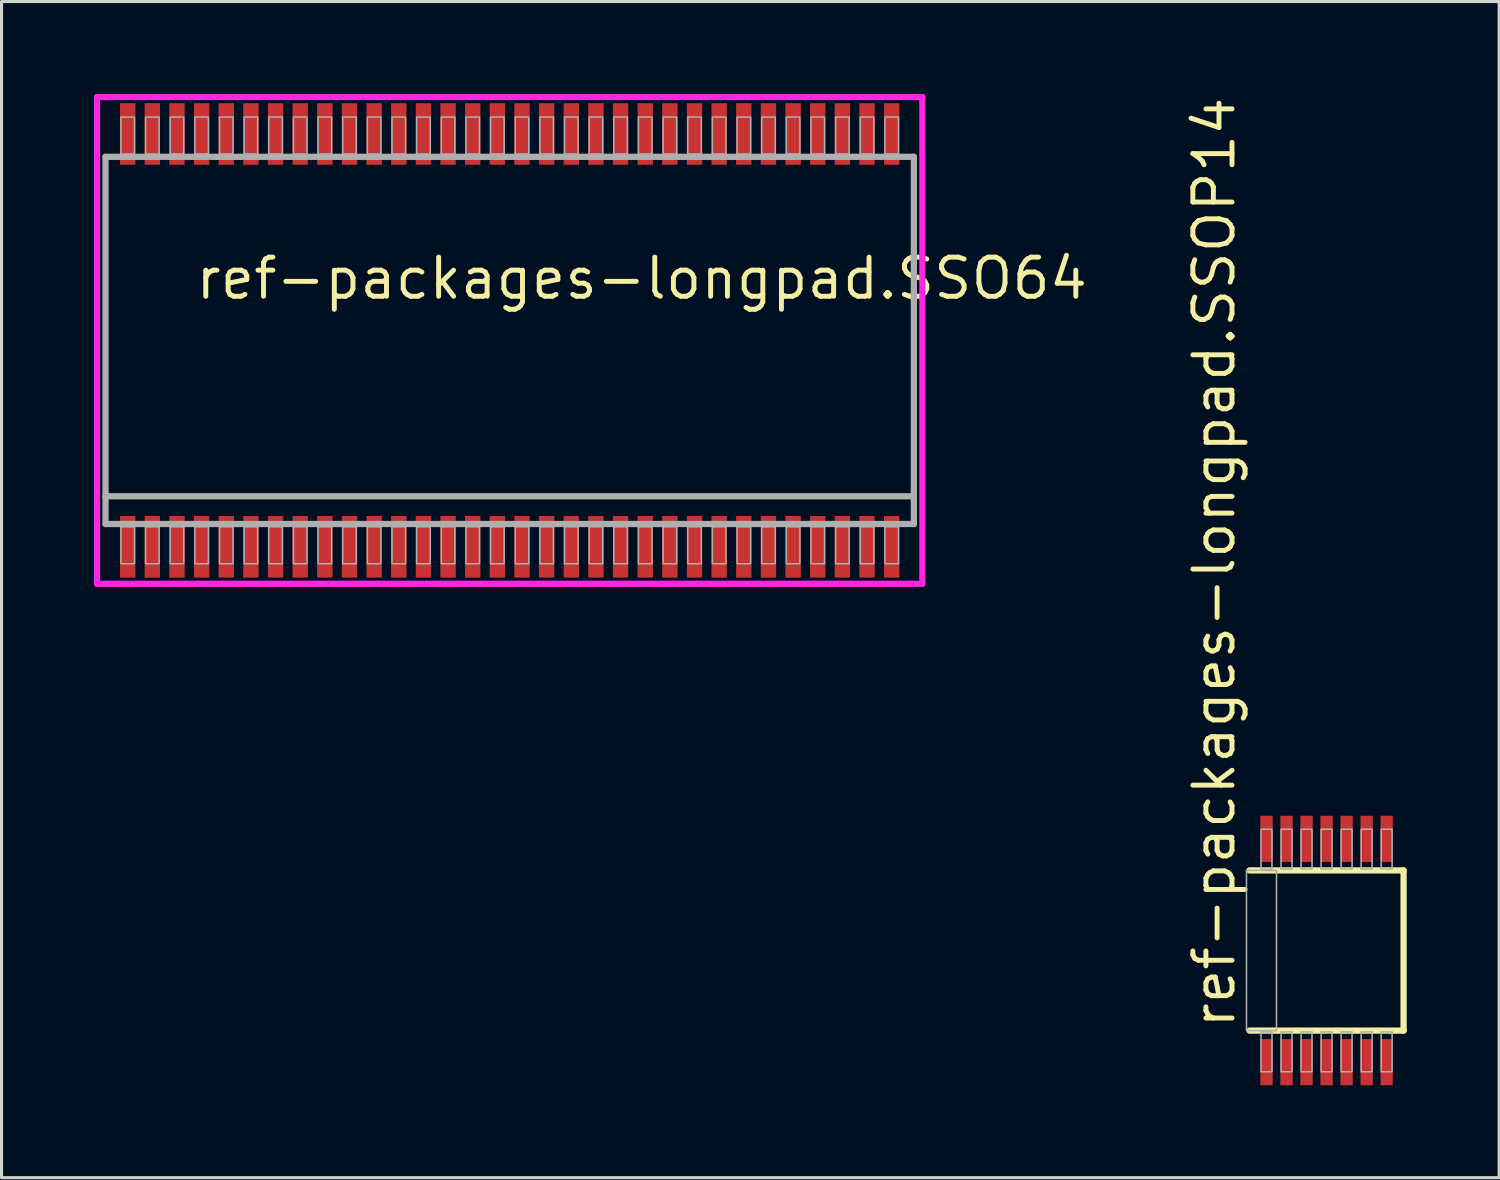
<source format=kicad_pcb>
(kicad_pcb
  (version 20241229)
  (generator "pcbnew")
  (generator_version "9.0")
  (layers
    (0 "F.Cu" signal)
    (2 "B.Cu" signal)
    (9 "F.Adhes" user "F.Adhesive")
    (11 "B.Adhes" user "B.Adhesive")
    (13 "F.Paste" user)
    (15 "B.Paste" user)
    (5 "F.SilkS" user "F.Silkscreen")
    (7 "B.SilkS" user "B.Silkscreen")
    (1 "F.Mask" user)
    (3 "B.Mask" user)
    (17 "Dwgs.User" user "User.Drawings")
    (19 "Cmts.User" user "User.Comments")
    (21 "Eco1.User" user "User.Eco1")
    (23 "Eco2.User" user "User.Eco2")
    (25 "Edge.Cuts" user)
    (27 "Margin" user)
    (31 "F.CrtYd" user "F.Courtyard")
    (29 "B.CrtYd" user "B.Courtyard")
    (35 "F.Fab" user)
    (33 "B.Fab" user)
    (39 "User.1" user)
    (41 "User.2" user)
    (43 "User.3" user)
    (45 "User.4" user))
  (footprint "ref-packages-longpad.SSO64"
    (layer "F.Cu")
    (at 13.495 8)
    (property "Reference" "ref-packages-longpad.SSO64" (at -10.273 -1.27 0) (layer "F.SilkS") (effects (font (size 1.27 1.27) (thickness 0.16)) (justify left bottom)))
    (attr smd)
    (fp_line (start -13.395 -7.9) (end 13.395 -7.9) (stroke (width 0.2) (type default)) (layer "F.CrtYd"))
    (fp_line (start -13.395 7.9) (end -13.395 -7.9) (stroke (width 0.2) (type default)) (layer "F.CrtYd"))
    (fp_line (start 13.395 -7.9) (end 13.395 7.9) (stroke (width 0.2) (type default)) (layer "F.CrtYd"))
    (fp_line (start 13.395 7.9) (end -13.395 7.9) (stroke (width 0.2) (type default)) (layer "F.CrtYd"))
    (fp_line (start -13.12 -5.96) (end 13.12 -5.96) (stroke (width 0.203) (type default)) (layer "F.Fab"))
    (fp_line (start -13.12 5.06) (end -13.12 -5.96) (stroke (width 0.203) (type default)) (layer "F.Fab"))
    (fp_line (start -13.12 5.96) (end -13.12 5.06) (stroke (width 0.203) (type default)) (layer "F.Fab"))
    (fp_line (start 13.12 -5.96) (end 13.12 5.06) (stroke (width 0.203) (type default)) (layer "F.Fab"))
    (fp_line (start 13.12 5.06) (end -13.12 5.06) (stroke (width 0.203) (type default)) (layer "F.Fab"))
    (fp_line (start 13.12 5.06) (end 13.12 5.96) (stroke (width 0.203) (type default)) (layer "F.Fab"))
    (fp_line (start 13.12 5.96) (end -13.12 5.96) (stroke (width 0.203) (type default)) (layer "F.Fab"))
    (fp_rect (start -12.62 -6.05) (end -12.18 -7.25) (stroke (width 0.05) (type default)) (fill no) (layer "F.Fab"))
    (fp_rect (start -12.62 7.25) (end -12.18 6.05) (stroke (width 0.05) (type default)) (fill no) (layer "F.Fab"))
    (fp_rect (start -11.82 -6.05) (end -11.38 -7.25) (stroke (width 0.05) (type default)) (fill no) (layer "F.Fab"))
    (fp_rect (start -11.82 7.25) (end -11.38 6.05) (stroke (width 0.05) (type default)) (fill no) (layer "F.Fab"))
    (fp_rect (start -11.02 -6.05) (end -10.58 -7.25) (stroke (width 0.05) (type default)) (fill no) (layer "F.Fab"))
    (fp_rect (start -11.02 7.25) (end -10.58 6.05) (stroke (width 0.05) (type default)) (fill no) (layer "F.Fab"))
    (fp_rect (start -10.22 -6.05) (end -9.78 -7.25) (stroke (width 0.05) (type default)) (fill no) (layer "F.Fab"))
    (fp_rect (start -10.22 7.25) (end -9.78 6.05) (stroke (width 0.05) (type default)) (fill no) (layer "F.Fab"))
    (fp_rect (start -9.42 -6.05) (end -8.98 -7.25) (stroke (width 0.05) (type default)) (fill no) (layer "F.Fab"))
    (fp_rect (start -9.42 7.25) (end -8.98 6.05) (stroke (width 0.05) (type default)) (fill no) (layer "F.Fab"))
    (fp_rect (start -8.62 -6.05) (end -8.18 -7.25) (stroke (width 0.05) (type default)) (fill no) (layer "F.Fab"))
    (fp_rect (start -8.62 7.25) (end -8.18 6.05) (stroke (width 0.05) (type default)) (fill no) (layer "F.Fab"))
    (fp_rect (start -7.82 -6.05) (end -7.38 -7.25) (stroke (width 0.05) (type default)) (fill no) (layer "F.Fab"))
    (fp_rect (start -7.82 7.25) (end -7.38 6.05) (stroke (width 0.05) (type default)) (fill no) (layer "F.Fab"))
    (fp_rect (start -7.02 -6.05) (end -6.58 -7.25) (stroke (width 0.05) (type default)) (fill no) (layer "F.Fab"))
    (fp_rect (start -7.02 7.25) (end -6.58 6.05) (stroke (width 0.05) (type default)) (fill no) (layer "F.Fab"))
    (fp_rect (start -6.22 -6.05) (end -5.78 -7.25) (stroke (width 0.05) (type default)) (fill no) (layer "F.Fab"))
    (fp_rect (start -6.22 7.25) (end -5.78 6.05) (stroke (width 0.05) (type default)) (fill no) (layer "F.Fab"))
    (fp_rect (start -5.42 -6.05) (end -4.98 -7.25) (stroke (width 0.05) (type default)) (fill no) (layer "F.Fab"))
    (fp_rect (start -5.42 7.25) (end -4.98 6.05) (stroke (width 0.05) (type default)) (fill no) (layer "F.Fab"))
    (fp_rect (start -4.62 -6.05) (end -4.18 -7.25) (stroke (width 0.05) (type default)) (fill no) (layer "F.Fab"))
    (fp_rect (start -4.62 7.25) (end -4.18 6.05) (stroke (width 0.05) (type default)) (fill no) (layer "F.Fab"))
    (fp_rect (start -3.82 -6.05) (end -3.38 -7.25) (stroke (width 0.05) (type default)) (fill no) (layer "F.Fab"))
    (fp_rect (start -3.82 7.25) (end -3.38 6.05) (stroke (width 0.05) (type default)) (fill no) (layer "F.Fab"))
    (fp_rect (start -3.02 -6.05) (end -2.58 -7.25) (stroke (width 0.05) (type default)) (fill no) (layer "F.Fab"))
    (fp_rect (start -3.02 7.25) (end -2.58 6.05) (stroke (width 0.05) (type default)) (fill no) (layer "F.Fab"))
    (fp_rect (start -2.22 -6.05) (end -1.78 -7.25) (stroke (width 0.05) (type default)) (fill no) (layer "F.Fab"))
    (fp_rect (start -2.22 7.25) (end -1.78 6.05) (stroke (width 0.05) (type default)) (fill no) (layer "F.Fab"))
    (fp_rect (start -1.42 -6.05) (end -0.98 -7.25) (stroke (width 0.05) (type default)) (fill no) (layer "F.Fab"))
    (fp_rect (start -1.42 7.25) (end -0.98 6.05) (stroke (width 0.05) (type default)) (fill no) (layer "F.Fab"))
    (fp_rect (start -0.62 -6.05) (end -0.18 -7.25) (stroke (width 0.05) (type default)) (fill no) (layer "F.Fab"))
    (fp_rect (start -0.62 7.25) (end -0.18 6.05) (stroke (width 0.05) (type default)) (fill no) (layer "F.Fab"))
    (fp_rect (start 0.18 -6.05) (end 0.62 -7.25) (stroke (width 0.05) (type default)) (fill no) (layer "F.Fab"))
    (fp_rect (start 0.18 7.25) (end 0.62 6.05) (stroke (width 0.05) (type default)) (fill no) (layer "F.Fab"))
    (fp_rect (start 0.98 -6.05) (end 1.42 -7.25) (stroke (width 0.05) (type default)) (fill no) (layer "F.Fab"))
    (fp_rect (start 0.98 7.25) (end 1.42 6.05) (stroke (width 0.05) (type default)) (fill no) (layer "F.Fab"))
    (fp_rect (start 1.78 -6.05) (end 2.22 -7.25) (stroke (width 0.05) (type default)) (fill no) (layer "F.Fab"))
    (fp_rect (start 1.78 7.25) (end 2.22 6.05) (stroke (width 0.05) (type default)) (fill no) (layer "F.Fab"))
    (fp_rect (start 2.58 -6.05) (end 3.02 -7.25) (stroke (width 0.05) (type default)) (fill no) (layer "F.Fab"))
    (fp_rect (start 2.58 7.25) (end 3.02 6.05) (stroke (width 0.05) (type default)) (fill no) (layer "F.Fab"))
    (fp_rect (start 3.38 -6.05) (end 3.82 -7.25) (stroke (width 0.05) (type default)) (fill no) (layer "F.Fab"))
    (fp_rect (start 3.38 7.25) (end 3.82 6.05) (stroke (width 0.05) (type default)) (fill no) (layer "F.Fab"))
    (fp_rect (start 4.18 -6.05) (end 4.62 -7.25) (stroke (width 0.05) (type default)) (fill no) (layer "F.Fab"))
    (fp_rect (start 4.18 7.25) (end 4.62 6.05) (stroke (width 0.05) (type default)) (fill no) (layer "F.Fab"))
    (fp_rect (start 4.98 -6.05) (end 5.42 -7.25) (stroke (width 0.05) (type default)) (fill no) (layer "F.Fab"))
    (fp_rect (start 4.98 7.25) (end 5.42 6.05) (stroke (width 0.05) (type default)) (fill no) (layer "F.Fab"))
    (fp_rect (start 5.78 -6.05) (end 6.22 -7.25) (stroke (width 0.05) (type default)) (fill no) (layer "F.Fab"))
    (fp_rect (start 5.78 7.25) (end 6.22 6.05) (stroke (width 0.05) (type default)) (fill no) (layer "F.Fab"))
    (fp_rect (start 6.58 -6.05) (end 7.02 -7.25) (stroke (width 0.05) (type default)) (fill no) (layer "F.Fab"))
    (fp_rect (start 6.58 7.25) (end 7.02 6.05) (stroke (width 0.05) (type default)) (fill no) (layer "F.Fab"))
    (fp_rect (start 7.38 -6.05) (end 7.82 -7.25) (stroke (width 0.05) (type default)) (fill no) (layer "F.Fab"))
    (fp_rect (start 7.38 7.25) (end 7.82 6.05) (stroke (width 0.05) (type default)) (fill no) (layer "F.Fab"))
    (fp_rect (start 8.18 -6.05) (end 8.62 -7.25) (stroke (width 0.05) (type default)) (fill no) (layer "F.Fab"))
    (fp_rect (start 8.18 7.25) (end 8.62 6.05) (stroke (width 0.05) (type default)) (fill no) (layer "F.Fab"))
    (fp_rect (start 8.98 -6.05) (end 9.42 -7.25) (stroke (width 0.05) (type default)) (fill no) (layer "F.Fab"))
    (fp_rect (start 8.98 7.25) (end 9.42 6.05) (stroke (width 0.05) (type default)) (fill no) (layer "F.Fab"))
    (fp_rect (start 9.78 -6.05) (end 10.22 -7.25) (stroke (width 0.05) (type default)) (fill no) (layer "F.Fab"))
    (fp_rect (start 9.78 7.25) (end 10.22 6.05) (stroke (width 0.05) (type default)) (fill no) (layer "F.Fab"))
    (fp_rect (start 10.58 -6.05) (end 11.02 -7.25) (stroke (width 0.05) (type default)) (fill no) (layer "F.Fab"))
    (fp_rect (start 10.58 7.25) (end 11.02 6.05) (stroke (width 0.05) (type default)) (fill no) (layer "F.Fab"))
    (fp_rect (start 11.38 -6.05) (end 11.82 -7.25) (stroke (width 0.05) (type default)) (fill no) (layer "F.Fab"))
    (fp_rect (start 11.38 7.25) (end 11.82 6.05) (stroke (width 0.05) (type default)) (fill no) (layer "F.Fab"))
    (fp_rect (start 12.18 -6.05) (end 12.62 -7.25) (stroke (width 0.05) (type default)) (fill no) (layer "F.Fab"))
    (fp_rect (start 12.18 7.25) (end 12.62 6.05) (stroke (width 0.05) (type default)) (fill no) (layer "F.Fab"))
    (pad "1" smd roundrect (at -12.4 6.7) (size 0.5 2) (layers "F.Cu" "F.Mask" "F.Paste") (roundrect_rratio 0.01))
    (pad "2" smd roundrect (at -11.6 6.7) (size 0.5 2) (layers "F.Cu" "F.Mask" "F.Paste") (roundrect_rratio 0.01))
    (pad "3" smd roundrect (at -10.8 6.7) (size 0.5 2) (layers "F.Cu" "F.Mask" "F.Paste") (roundrect_rratio 0.01))
    (pad "4" smd roundrect (at -10 6.7) (size 0.5 2) (layers "F.Cu" "F.Mask" "F.Paste") (roundrect_rratio 0.01))
    (pad "5" smd roundrect (at -9.2 6.7) (size 0.5 2) (layers "F.Cu" "F.Mask" "F.Paste") (roundrect_rratio 0.01))
    (pad "6" smd roundrect (at -8.4 6.7) (size 0.5 2) (layers "F.Cu" "F.Mask" "F.Paste") (roundrect_rratio 0.01))
    (pad "7" smd roundrect (at -7.6 6.7) (size 0.5 2) (layers "F.Cu" "F.Mask" "F.Paste") (roundrect_rratio 0.01))
    (pad "8" smd roundrect (at -6.8 6.7) (size 0.5 2) (layers "F.Cu" "F.Mask" "F.Paste") (roundrect_rratio 0.01))
    (pad "9" smd roundrect (at -6 6.7) (size 0.5 2) (layers "F.Cu" "F.Mask" "F.Paste") (roundrect_rratio 0.01))
    (pad "10" smd roundrect (at -5.2 6.7) (size 0.5 2) (layers "F.Cu" "F.Mask" "F.Paste") (roundrect_rratio 0.01))
    (pad "11" smd roundrect (at -4.4 6.7) (size 0.5 2) (layers "F.Cu" "F.Mask" "F.Paste") (roundrect_rratio 0.01))
    (pad "12" smd roundrect (at -3.6 6.7) (size 0.5 2) (layers "F.Cu" "F.Mask" "F.Paste") (roundrect_rratio 0.01))
    (pad "13" smd roundrect (at -2.8 6.7) (size 0.5 2) (layers "F.Cu" "F.Mask" "F.Paste") (roundrect_rratio 0.01))
    (pad "14" smd roundrect (at -2 6.7) (size 0.5 2) (layers "F.Cu" "F.Mask" "F.Paste") (roundrect_rratio 0.01))
    (pad "15" smd roundrect (at -1.2 6.7) (size 0.5 2) (layers "F.Cu" "F.Mask" "F.Paste") (roundrect_rratio 0.01))
    (pad "16" smd roundrect (at -0.4 6.7) (size 0.5 2) (layers "F.Cu" "F.Mask" "F.Paste") (roundrect_rratio 0.01))
    (pad "17" smd roundrect (at 0.4 6.7) (size 0.5 2) (layers "F.Cu" "F.Mask" "F.Paste") (roundrect_rratio 0.01))
    (pad "18" smd roundrect (at 1.2 6.7) (size 0.5 2) (layers "F.Cu" "F.Mask" "F.Paste") (roundrect_rratio 0.01))
    (pad "19" smd roundrect (at 2 6.7) (size 0.5 2) (layers "F.Cu" "F.Mask" "F.Paste") (roundrect_rratio 0.01))
    (pad "20" smd roundrect (at 2.8 6.7) (size 0.5 2) (layers "F.Cu" "F.Mask" "F.Paste") (roundrect_rratio 0.01))
    (pad "21" smd roundrect (at 3.6 6.7) (size 0.5 2) (layers "F.Cu" "F.Mask" "F.Paste") (roundrect_rratio 0.01))
    (pad "22" smd roundrect (at 4.4 6.7) (size 0.5 2) (layers "F.Cu" "F.Mask" "F.Paste") (roundrect_rratio 0.01))
    (pad "23" smd roundrect (at 5.2 6.7) (size 0.5 2) (layers "F.Cu" "F.Mask" "F.Paste") (roundrect_rratio 0.01))
    (pad "24" smd roundrect (at 6 6.7) (size 0.5 2) (layers "F.Cu" "F.Mask" "F.Paste") (roundrect_rratio 0.01))
    (pad "25" smd roundrect (at 6.8 6.7) (size 0.5 2) (layers "F.Cu" "F.Mask" "F.Paste") (roundrect_rratio 0.01))
    (pad "26" smd roundrect (at 7.6 6.7) (size 0.5 2) (layers "F.Cu" "F.Mask" "F.Paste") (roundrect_rratio 0.01))
    (pad "27" smd roundrect (at 8.4 6.7) (size 0.5 2) (layers "F.Cu" "F.Mask" "F.Paste") (roundrect_rratio 0.01))
    (pad "28" smd roundrect (at 9.2 6.7) (size 0.5 2) (layers "F.Cu" "F.Mask" "F.Paste") (roundrect_rratio 0.01))
    (pad "29" smd roundrect (at 10 6.7) (size 0.5 2) (layers "F.Cu" "F.Mask" "F.Paste") (roundrect_rratio 0.01))
    (pad "30" smd roundrect (at 10.8 6.7) (size 0.5 2) (layers "F.Cu" "F.Mask" "F.Paste") (roundrect_rratio 0.01))
    (pad "31" smd roundrect (at 11.6 6.7) (size 0.5 2) (layers "F.Cu" "F.Mask" "F.Paste") (roundrect_rratio 0.01))
    (pad "32" smd roundrect (at 12.4 6.7) (size 0.5 2) (layers "F.Cu" "F.Mask" "F.Paste") (roundrect_rratio 0.01))
    (pad "33" smd roundrect (at 12.4 -6.7) (size 0.5 2) (layers "F.Cu" "F.Mask" "F.Paste") (roundrect_rratio 0.01))
    (pad "34" smd roundrect (at 11.6 -6.7) (size 0.5 2) (layers "F.Cu" "F.Mask" "F.Paste") (roundrect_rratio 0.01))
    (pad "35" smd roundrect (at 10.8 -6.7) (size 0.5 2) (layers "F.Cu" "F.Mask" "F.Paste") (roundrect_rratio 0.01))
    (pad "36" smd roundrect (at 10 -6.7) (size 0.5 2) (layers "F.Cu" "F.Mask" "F.Paste") (roundrect_rratio 0.01))
    (pad "37" smd roundrect (at 9.2 -6.7) (size 0.5 2) (layers "F.Cu" "F.Mask" "F.Paste") (roundrect_rratio 0.01))
    (pad "38" smd roundrect (at 8.4 -6.7) (size 0.5 2) (layers "F.Cu" "F.Mask" "F.Paste") (roundrect_rratio 0.01))
    (pad "39" smd roundrect (at 7.6 -6.7) (size 0.5 2) (layers "F.Cu" "F.Mask" "F.Paste") (roundrect_rratio 0.01))
    (pad "40" smd roundrect (at 6.8 -6.7) (size 0.5 2) (layers "F.Cu" "F.Mask" "F.Paste") (roundrect_rratio 0.01))
    (pad "41" smd roundrect (at 6 -6.7) (size 0.5 2) (layers "F.Cu" "F.Mask" "F.Paste") (roundrect_rratio 0.01))
    (pad "42" smd roundrect (at 5.2 -6.7) (size 0.5 2) (layers "F.Cu" "F.Mask" "F.Paste") (roundrect_rratio 0.01))
    (pad "43" smd roundrect (at 4.4 -6.7) (size 0.5 2) (layers "F.Cu" "F.Mask" "F.Paste") (roundrect_rratio 0.01))
    (pad "44" smd roundrect (at 3.6 -6.7) (size 0.5 2) (layers "F.Cu" "F.Mask" "F.Paste") (roundrect_rratio 0.01))
    (pad "45" smd roundrect (at 2.8 -6.7) (size 0.5 2) (layers "F.Cu" "F.Mask" "F.Paste") (roundrect_rratio 0.01))
    (pad "46" smd roundrect (at 2 -6.7) (size 0.5 2) (layers "F.Cu" "F.Mask" "F.Paste") (roundrect_rratio 0.01))
    (pad "47" smd roundrect (at 1.2 -6.7) (size 0.5 2) (layers "F.Cu" "F.Mask" "F.Paste") (roundrect_rratio 0.01))
    (pad "48" smd roundrect (at 0.4 -6.7) (size 0.5 2) (layers "F.Cu" "F.Mask" "F.Paste") (roundrect_rratio 0.01))
    (pad "49" smd roundrect (at -0.4 -6.7) (size 0.5 2) (layers "F.Cu" "F.Mask" "F.Paste") (roundrect_rratio 0.01))
    (pad "50" smd roundrect (at -1.2 -6.7) (size 0.5 2) (layers "F.Cu" "F.Mask" "F.Paste") (roundrect_rratio 0.01))
    (pad "51" smd roundrect (at -2 -6.7) (size 0.5 2) (layers "F.Cu" "F.Mask" "F.Paste") (roundrect_rratio 0.01))
    (pad "52" smd roundrect (at -2.8 -6.7) (size 0.5 2) (layers "F.Cu" "F.Mask" "F.Paste") (roundrect_rratio 0.01))
    (pad "53" smd roundrect (at -3.6 -6.7) (size 0.5 2) (layers "F.Cu" "F.Mask" "F.Paste") (roundrect_rratio 0.01))
    (pad "54" smd roundrect (at -4.4 -6.7) (size 0.5 2) (layers "F.Cu" "F.Mask" "F.Paste") (roundrect_rratio 0.01))
    (pad "55" smd roundrect (at -5.2 -6.7) (size 0.5 2) (layers "F.Cu" "F.Mask" "F.Paste") (roundrect_rratio 0.01))
    (pad "56" smd roundrect (at -6 -6.7) (size 0.5 2) (layers "F.Cu" "F.Mask" "F.Paste") (roundrect_rratio 0.01))
    (pad "57" smd roundrect (at -6.8 -6.7) (size 0.5 2) (layers "F.Cu" "F.Mask" "F.Paste") (roundrect_rratio 0.01))
    (pad "58" smd roundrect (at -7.6 -6.7) (size 0.5 2) (layers "F.Cu" "F.Mask" "F.Paste") (roundrect_rratio 0.01))
    (pad "59" smd roundrect (at -8.4 -6.7) (size 0.5 2) (layers "F.Cu" "F.Mask" "F.Paste") (roundrect_rratio 0.01))
    (pad "60" smd roundrect (at -9.2 -6.7) (size 0.5 2) (layers "F.Cu" "F.Mask" "F.Paste") (roundrect_rratio 0.01))
    (pad "61" smd roundrect (at -10 -6.7) (size 0.5 2) (layers "F.Cu" "F.Mask" "F.Paste") (roundrect_rratio 0.01))
    (pad "62" smd roundrect (at -10.8 -6.7) (size 0.5 2) (layers "F.Cu" "F.Mask" "F.Paste") (roundrect_rratio 0.01))
    (pad "63" smd roundrect (at -11.6 -6.7) (size 0.5 2) (layers "F.Cu" "F.Mask" "F.Paste") (roundrect_rratio 0.01))
    (pad "64" smd roundrect (at -12.4 -6.7) (size 0.5 2) (layers "F.Cu" "F.Mask" "F.Paste") (roundrect_rratio 0.01)))
  (footprint "ref-packages-longpad.SSOP14"
    (layer "F.Cu")
    (at 40.012 27.804)
    (property "Reference" "ref-packages-longpad.SSOP14" (at -2.906 2.6 90) (layer "F.SilkS") (effects (font (size 1.27 1.27) (thickness 0.16)) (justify left bottom)))
    (attr smd)
    (fp_line (start -2.5 2.6) (end 2.5 2.6) (stroke (width 0.203) (type default)) (layer "F.SilkS"))
    (fp_line (start 2.5 -2.6) (end -2.5 -2.6) (stroke (width 0.203) (type default)) (layer "F.SilkS"))
    (fp_line (start 2.5 2.6) (end 2.5 -2.6) (stroke (width 0.203) (type default)) (layer "F.SilkS"))
    (fp_rect (start -2.6 2.6) (end -1.625 -2.6) (stroke (width 0.05) (type default)) (fill no) (layer "F.Fab"))
    (fp_rect (start -2.128 -2.642) (end -1.772 -3.937) (stroke (width 0.05) (type default)) (fill no) (layer "F.Fab"))
    (fp_rect (start -2.128 3.937) (end -1.772 2.642) (stroke (width 0.05) (type default)) (fill no) (layer "F.Fab"))
    (fp_rect (start -1.478 -2.642) (end -1.122 -3.937) (stroke (width 0.05) (type default)) (fill no) (layer "F.Fab"))
    (fp_rect (start -1.478 3.937) (end -1.122 2.642) (stroke (width 0.05) (type default)) (fill no) (layer "F.Fab"))
    (fp_rect (start -0.828 -2.642) (end -0.472 -3.937) (stroke (width 0.05) (type default)) (fill no) (layer "F.Fab"))
    (fp_rect (start -0.828 3.937) (end -0.472 2.642) (stroke (width 0.05) (type default)) (fill no) (layer "F.Fab"))
    (fp_rect (start -0.178 -2.642) (end 0.178 -3.937) (stroke (width 0.05) (type default)) (fill no) (layer "F.Fab"))
    (fp_rect (start -0.178 3.937) (end 0.178 2.642) (stroke (width 0.05) (type default)) (fill no) (layer "F.Fab"))
    (fp_rect (start 0.472 -2.642) (end 0.828 -3.937) (stroke (width 0.05) (type default)) (fill no) (layer "F.Fab"))
    (fp_rect (start 0.472 3.937) (end 0.828 2.642) (stroke (width 0.05) (type default)) (fill no) (layer "F.Fab"))
    (fp_rect (start 1.122 -2.642) (end 1.478 -3.937) (stroke (width 0.05) (type default)) (fill no) (layer "F.Fab"))
    (fp_rect (start 1.122 3.937) (end 1.478 2.642) (stroke (width 0.05) (type default)) (fill no) (layer "F.Fab"))
    (fp_rect (start 1.772 -2.642) (end 2.128 -3.937) (stroke (width 0.05) (type default)) (fill no) (layer "F.Fab"))
    (fp_rect (start 1.772 3.937) (end 2.128 2.642) (stroke (width 0.05) (type default)) (fill no) (layer "F.Fab"))
    (pad "1" smd roundrect (at -1.95 3.625) (size 0.4 1.5) (layers "F.Cu" "F.Mask" "F.Paste") (roundrect_rratio 0.01))
    (pad "2" smd roundrect (at -1.3 3.625) (size 0.4 1.5) (layers "F.Cu" "F.Mask" "F.Paste") (roundrect_rratio 0.01))
    (pad "3" smd roundrect (at -0.65 3.625) (size 0.4 1.5) (layers "F.Cu" "F.Mask" "F.Paste") (roundrect_rratio 0.01))
    (pad "4" smd roundrect (at 0 3.625) (size 0.4 1.5) (layers "F.Cu" "F.Mask" "F.Paste") (roundrect_rratio 0.01))
    (pad "5" smd roundrect (at 0.65 3.625) (size 0.4 1.5) (layers "F.Cu" "F.Mask" "F.Paste") (roundrect_rratio 0.01))
    (pad "6" smd roundrect (at 1.3 3.625) (size 0.4 1.5) (layers "F.Cu" "F.Mask" "F.Paste") (roundrect_rratio 0.01))
    (pad "7" smd roundrect (at 1.95 3.625) (size 0.4 1.5) (layers "F.Cu" "F.Mask" "F.Paste") (roundrect_rratio 0.01))
    (pad "8" smd roundrect (at 1.95 -3.625) (size 0.4 1.5) (layers "F.Cu" "F.Mask" "F.Paste") (roundrect_rratio 0.01))
    (pad "9" smd roundrect (at 1.3 -3.625) (size 0.4 1.5) (layers "F.Cu" "F.Mask" "F.Paste") (roundrect_rratio 0.01))
    (pad "10" smd roundrect (at 0.65 -3.625) (size 0.4 1.5) (layers "F.Cu" "F.Mask" "F.Paste") (roundrect_rratio 0.01))
    (pad "11" smd roundrect (at 0 -3.625) (size 0.4 1.5) (layers "F.Cu" "F.Mask" "F.Paste") (roundrect_rratio 0.01))
    (pad "12" smd roundrect (at -0.65 -3.625) (size 0.4 1.5) (layers "F.Cu" "F.Mask" "F.Paste") (roundrect_rratio 0.01))
    (pad "13" smd roundrect (at -1.3 -3.625) (size 0.4 1.5) (layers "F.Cu" "F.Mask" "F.Paste") (roundrect_rratio 0.01))
    (pad "14" smd roundrect (at -1.95 -3.625) (size 0.4 1.5) (layers "F.Cu" "F.Mask" "F.Paste") (roundrect_rratio 0.01)))
  (gr_rect
    (start -3 -3)
    (end 45.614 35.179)
    (stroke (width 0.1) (type default))
    (fill no)
    (layer "Edge.Cuts")))
</source>
